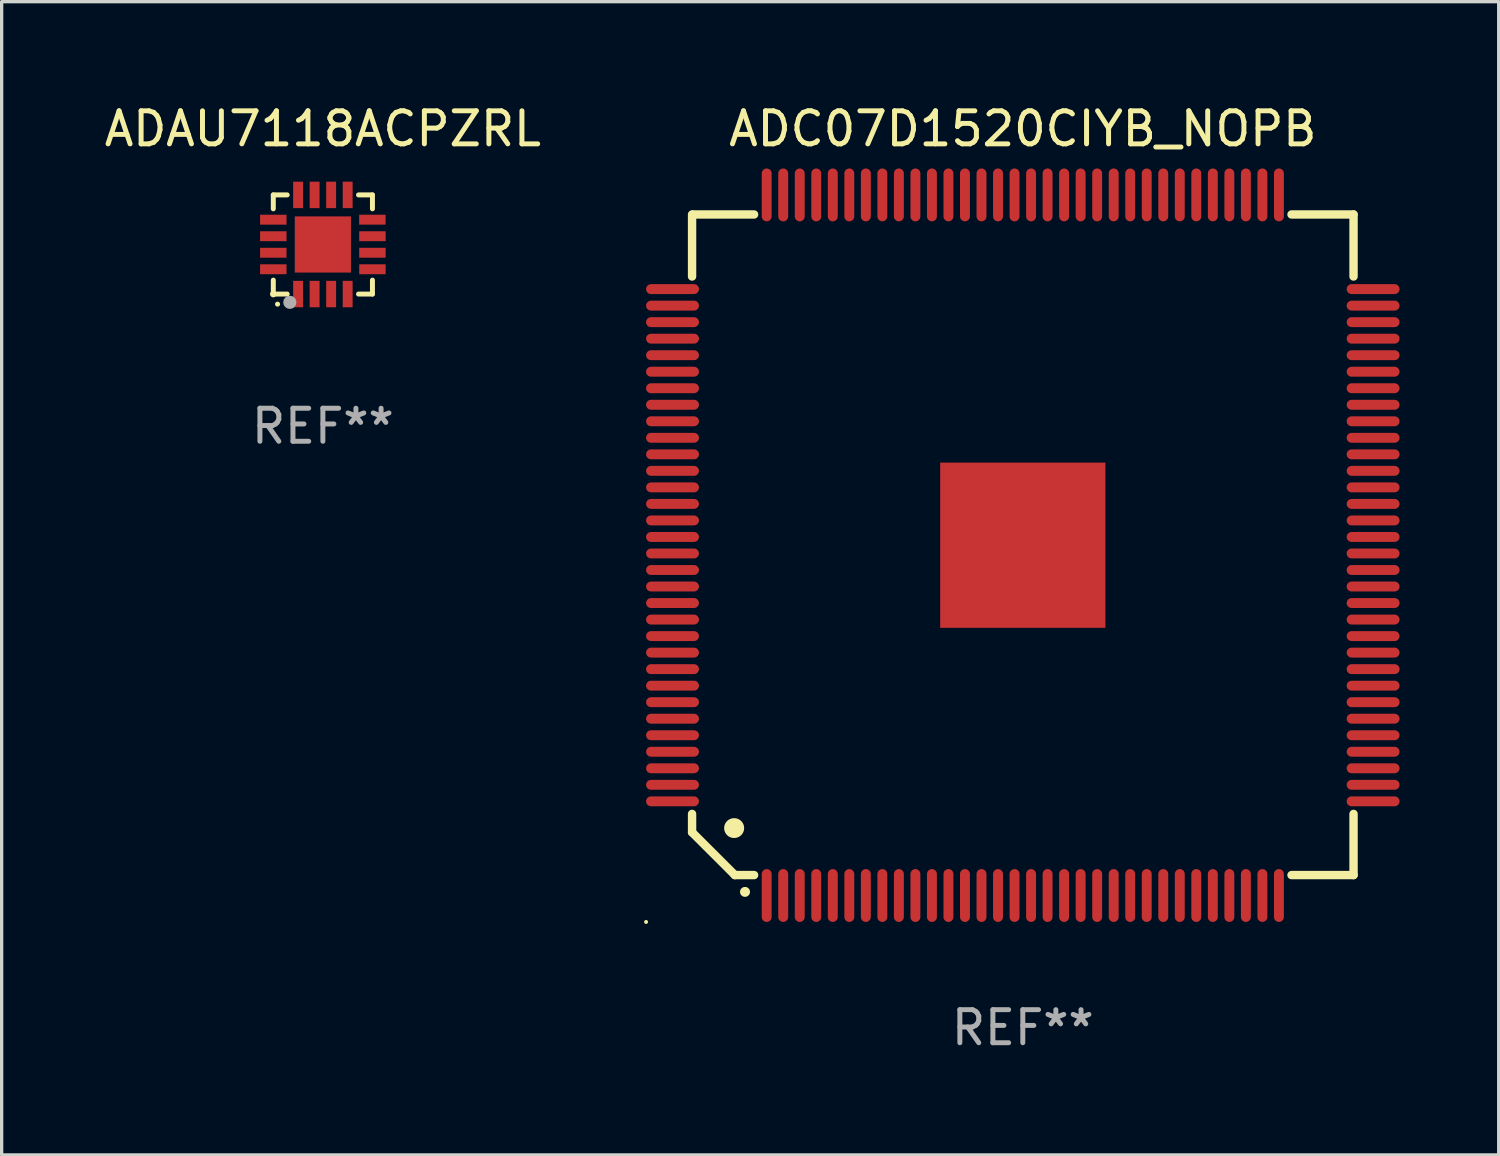
<source format=kicad_pcb>
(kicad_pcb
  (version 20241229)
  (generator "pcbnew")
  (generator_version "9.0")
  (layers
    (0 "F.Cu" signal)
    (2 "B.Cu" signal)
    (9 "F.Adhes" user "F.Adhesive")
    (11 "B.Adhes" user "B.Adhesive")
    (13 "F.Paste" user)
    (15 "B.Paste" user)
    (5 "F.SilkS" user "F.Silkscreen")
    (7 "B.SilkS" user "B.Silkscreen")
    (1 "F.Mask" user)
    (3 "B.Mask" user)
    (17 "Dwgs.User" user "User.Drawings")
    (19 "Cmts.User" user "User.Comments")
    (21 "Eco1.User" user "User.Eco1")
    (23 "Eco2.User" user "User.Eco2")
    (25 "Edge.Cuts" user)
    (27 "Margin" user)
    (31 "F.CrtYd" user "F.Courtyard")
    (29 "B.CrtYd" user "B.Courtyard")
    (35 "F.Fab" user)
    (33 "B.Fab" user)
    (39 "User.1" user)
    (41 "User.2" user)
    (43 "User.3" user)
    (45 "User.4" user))
  (footprint "ADAU7118ACPZRL"
    (layer "F.Cu")
    (at 6.72 4.348)
    (property "Reference" "ADAU7118ACPZRL" (at 0 -3.5 0) (layer "F.SilkS") (effects (font (size 1 1) (thickness 0.15))))
    (attr through_hole)
    (fp_line (start -1.5 -1.5) (end -1.079 -1.5) (stroke (width 0.15) (type solid)) (layer "F.SilkS"))
    (fp_line (start -1.5 -1.079) (end -1.5 -1.5) (stroke (width 0.15) (type solid)) (layer "F.SilkS"))
    (fp_line (start -1.5 1.5) (end -1.5 1.079) (stroke (width 0.15) (type solid)) (layer "F.SilkS"))
    (fp_line (start -1.5 1.5) (end -1.079 1.5) (stroke (width 0.15) (type solid)) (layer "F.SilkS"))
    (fp_line (start 1.079 -1.5) (end 1.5 -1.5) (stroke (width 0.15) (type solid)) (layer "F.SilkS"))
    (fp_line (start 1.079 1.5) (end 1.5 1.5) (stroke (width 0.15) (type solid)) (layer "F.SilkS"))
    (fp_line (start 1.5 -1.08) (end 1.5 -1.5) (stroke (width 0.15) (type solid)) (layer "F.SilkS"))
    (fp_line (start 1.5 1.5) (end 1.5 1.079) (stroke (width 0.15) (type solid)) (layer "F.SilkS"))
    (fp_arc (start -1.372885 1.805398) (mid -1.371615 1.805392) (end -1.370345 1.805398) (stroke (width 0.150114) (type solid)) (layer "F.SilkS"))
    (fp_circle (center -1.5 1.5) (end -1.45 1.5) (stroke (width 0.1) (type solid)) (fill no) (layer "F.SilkS"))
    (fp_circle (center -1 1.75) (end -0.9 1.75) (stroke (width 0.2) (type solid)) (fill no) (layer "F.Fab"))
    (fp_text user "REF**" (at 0 5.5 0) (layer "F.Fab") (effects (font (size 1 1) (thickness 0.15))))
    (pad "1" smd rect (at -0.75 1.5 180) (size 0.3 0.8) (layers "F.Cu" "F.Mask" "F.Paste"))
    (pad "2" smd rect (at -0.25 1.5 180) (size 0.3 0.8) (layers "F.Cu" "F.Mask" "F.Paste"))
    (pad "3" smd rect (at 0.25 1.5 180) (size 0.3 0.8) (layers "F.Cu" "F.Mask" "F.Paste"))
    (pad "4" smd rect (at 0.75 1.5 180) (size 0.3 0.8) (layers "F.Cu" "F.Mask" "F.Paste"))
    (pad "5" smd rect (at 1.5 0.75 90) (size 0.3 0.8) (layers "F.Cu" "F.Mask" "F.Paste"))
    (pad "6" smd rect (at 1.5 0.25 90) (size 0.3 0.8) (layers "F.Cu" "F.Mask" "F.Paste"))
    (pad "7" smd rect (at 1.5 -0.25 90) (size 0.3 0.8) (layers "F.Cu" "F.Mask" "F.Paste"))
    (pad "8" smd rect (at 1.498 -0.751 90) (size 0.3 0.8) (layers "F.Cu" "F.Mask" "F.Paste"))
    (pad "9" smd rect (at 0.75 -1.5 180) (size 0.3 0.8) (layers "F.Cu" "F.Mask" "F.Paste"))
    (pad "10" smd rect (at 0.25 -1.5 180) (size 0.3 0.8) (layers "F.Cu" "F.Mask" "F.Paste"))
    (pad "11" smd rect (at -0.25 -1.5 180) (size 0.3 0.8) (layers "F.Cu" "F.Mask" "F.Paste"))
    (pad "12" smd rect (at -0.75 -1.5 180) (size 0.3 0.8) (layers "F.Cu" "F.Mask" "F.Paste"))
    (pad "13" smd rect (at -1.5 -0.75 90) (size 0.3 0.8) (layers "F.Cu" "F.Mask" "F.Paste"))
    (pad "14" smd rect (at -1.5 -0.25 90) (size 0.3 0.8) (layers "F.Cu" "F.Mask" "F.Paste"))
    (pad "15" smd rect (at -1.5 0.25 90) (size 0.3 0.8) (layers "F.Cu" "F.Mask" "F.Paste"))
    (pad "16" smd rect (at -1.5 0.75 90) (size 0.3 0.8) (layers "F.Cu" "F.Mask" "F.Paste"))
    (pad "17" smd rect (at -0.000114 0.00014 180) (size 1.7 1.7) (layers "F.Cu" "F.Mask" "F.Paste")))
  (footprint "ADC07D1520CIYB_NOPB"
    (layer "F.Cu")
    (at 27.9 13.448)
    (property "Reference" "ADC07D1520CIYB_NOPB" (at 0 -12.6 0) (layer "F.SilkS") (effects (font (size 1 1) (thickness 0.15))))
    (attr through_hole)
    (fp_line (start -10.008 -10.008) (end -10.008 -8.131) (stroke (width 0.254) (type solid)) (layer "F.SilkS"))
    (fp_line (start -10.008 8.131) (end -10.008 8.687) (stroke (width 0.254) (type solid)) (layer "F.SilkS"))
    (fp_line (start -10.008 8.687) (end -8.712 9.982) (stroke (width 0.254) (type solid)) (layer "F.SilkS"))
    (fp_line (start -8.712 9.982) (end -8.131 9.982) (stroke (width 0.254) (type solid)) (layer "F.SilkS"))
    (fp_line (start -8.131 -10.008) (end -9.982 -10.008) (stroke (width 0.254) (type solid)) (layer "F.SilkS"))
    (fp_line (start 8.131 9.982) (end 10.008 9.982) (stroke (width 0.254) (type solid)) (layer "F.SilkS"))
    (fp_line (start 10.008 -10.008) (end 8.131 -10.008) (stroke (width 0.254) (type solid)) (layer "F.SilkS"))
    (fp_line (start 10.008 -8.131) (end 10.008 -10.008) (stroke (width 0.254) (type solid)) (layer "F.SilkS"))
    (fp_line (start 10.008 9.982) (end 10.008 8.131) (stroke (width 0.254) (type solid)) (layer "F.SilkS"))
    (fp_arc (start -8.737617 8.559817) (mid -8.735077 8.559806) (end -8.732537 8.559817) (stroke (width 0.6) (type solid)) (layer "F.SilkS"))
    (fp_arc (start -8.407417 10.490221) (mid -8.406147 10.490216) (end -8.404877 10.490221) (stroke (width 0.3) (type solid)) (layer "F.SilkS"))
    (fp_circle (center -11.4 11.4) (end -11.37 11.4) (stroke (width 0.06) (type solid)) (fill no) (layer "F.SilkS"))
    (fp_text user "REF**" (at 0 14.6 0) (layer "F.Fab") (effects (font (size 1 1) (thickness 0.15))))
    (pad "1" smd oval (at -7.75 10.6) (size 0.3 1.6) (layers "F.Cu" "F.Mask" "F.Paste"))
    (pad "2" smd oval (at -7.25 10.6) (size 0.3 1.6) (layers "F.Cu" "F.Mask" "F.Paste"))
    (pad "3" smd oval (at -6.75 10.6) (size 0.3 1.6) (layers "F.Cu" "F.Mask" "F.Paste"))
    (pad "4" smd oval (at -6.25 10.6) (size 0.3 1.6) (layers "F.Cu" "F.Mask" "F.Paste"))
    (pad "5" smd oval (at -5.75 10.6) (size 0.3 1.6) (layers "F.Cu" "F.Mask" "F.Paste"))
    (pad "6" smd oval (at -5.25 10.6) (size 0.3 1.6) (layers "F.Cu" "F.Mask" "F.Paste"))
    (pad "7" smd oval (at -4.75 10.6) (size 0.3 1.6) (layers "F.Cu" "F.Mask" "F.Paste"))
    (pad "8" smd oval (at -4.25 10.6) (size 0.3 1.6) (layers "F.Cu" "F.Mask" "F.Paste"))
    (pad "9" smd oval (at -3.75 10.6) (size 0.3 1.6) (layers "F.Cu" "F.Mask" "F.Paste"))
    (pad "10" smd oval (at -3.25 10.6) (size 0.3 1.6) (layers "F.Cu" "F.Mask" "F.Paste"))
    (pad "11" smd oval (at -2.75 10.6) (size 0.3 1.6) (layers "F.Cu" "F.Mask" "F.Paste"))
    (pad "12" smd oval (at -2.25 10.6) (size 0.3 1.6) (layers "F.Cu" "F.Mask" "F.Paste"))
    (pad "13" smd oval (at -1.75 10.6) (size 0.3 1.6) (layers "F.Cu" "F.Mask" "F.Paste"))
    (pad "14" smd oval (at -1.25 10.6) (size 0.3 1.6) (layers "F.Cu" "F.Mask" "F.Paste"))
    (pad "15" smd oval (at -0.75 10.6) (size 0.3 1.6) (layers "F.Cu" "F.Mask" "F.Paste"))
    (pad "16" smd oval (at -0.25 10.6) (size 0.3 1.6) (layers "F.Cu" "F.Mask" "F.Paste"))
    (pad "17" smd oval (at 0.25 10.6) (size 0.3 1.6) (layers "F.Cu" "F.Mask" "F.Paste"))
    (pad "18" smd oval (at 0.75 10.6) (size 0.3 1.6) (layers "F.Cu" "F.Mask" "F.Paste"))
    (pad "19" smd oval (at 1.25 10.6) (size 0.3 1.6) (layers "F.Cu" "F.Mask" "F.Paste"))
    (pad "20" smd oval (at 1.75 10.6) (size 0.3 1.6) (layers "F.Cu" "F.Mask" "F.Paste"))
    (pad "21" smd oval (at 2.25 10.6) (size 0.3 1.6) (layers "F.Cu" "F.Mask" "F.Paste"))
    (pad "22" smd oval (at 2.75 10.6) (size 0.3 1.6) (layers "F.Cu" "F.Mask" "F.Paste"))
    (pad "23" smd oval (at 3.25 10.6) (size 0.3 1.6) (layers "F.Cu" "F.Mask" "F.Paste"))
    (pad "24" smd oval (at 3.75 10.6) (size 0.3 1.6) (layers "F.Cu" "F.Mask" "F.Paste"))
    (pad "25" smd oval (at 4.25 10.6) (size 0.3 1.6) (layers "F.Cu" "F.Mask" "F.Paste"))
    (pad "26" smd oval (at 4.75 10.6) (size 0.3 1.6) (layers "F.Cu" "F.Mask" "F.Paste"))
    (pad "27" smd oval (at 5.25 10.6) (size 0.3 1.6) (layers "F.Cu" "F.Mask" "F.Paste"))
    (pad "28" smd oval (at 5.75 10.6) (size 0.3 1.6) (layers "F.Cu" "F.Mask" "F.Paste"))
    (pad "29" smd oval (at 6.25 10.6) (size 0.3 1.6) (layers "F.Cu" "F.Mask" "F.Paste"))
    (pad "30" smd oval (at 6.75 10.6) (size 0.3 1.6) (layers "F.Cu" "F.Mask" "F.Paste"))
    (pad "31" smd oval (at 7.25 10.6) (size 0.3 1.6) (layers "F.Cu" "F.Mask" "F.Paste"))
    (pad "32" smd oval (at 7.75 10.6) (size 0.3 1.6) (layers "F.Cu" "F.Mask" "F.Paste"))
    (pad "33" smd oval (at 10.6 7.75 270) (size 0.3 1.6) (layers "F.Cu" "F.Mask" "F.Paste"))
    (pad "34" smd oval (at 10.6 7.25 270) (size 0.3 1.6) (layers "F.Cu" "F.Mask" "F.Paste"))
    (pad "35" smd oval (at 10.6 6.75 270) (size 0.3 1.6) (layers "F.Cu" "F.Mask" "F.Paste"))
    (pad "36" smd oval (at 10.6 6.25 270) (size 0.3 1.6) (layers "F.Cu" "F.Mask" "F.Paste"))
    (pad "37" smd oval (at 10.6 5.75 270) (size 0.3 1.6) (layers "F.Cu" "F.Mask" "F.Paste"))
    (pad "38" smd oval (at 10.6 5.25 270) (size 0.3 1.6) (layers "F.Cu" "F.Mask" "F.Paste"))
    (pad "39" smd oval (at 10.6 4.75 270) (size 0.3 1.6) (layers "F.Cu" "F.Mask" "F.Paste"))
    (pad "40" smd oval (at 10.6 4.25 270) (size 0.3 1.6) (layers "F.Cu" "F.Mask" "F.Paste"))
    (pad "41" smd oval (at 10.6 3.75 270) (size 0.3 1.6) (layers "F.Cu" "F.Mask" "F.Paste"))
    (pad "42" smd oval (at 10.6 3.25 270) (size 0.3 1.6) (layers "F.Cu" "F.Mask" "F.Paste"))
    (pad "43" smd oval (at 10.6 2.75 270) (size 0.3 1.6) (layers "F.Cu" "F.Mask" "F.Paste"))
    (pad "44" smd oval (at 10.6 2.25 270) (size 0.3 1.6) (layers "F.Cu" "F.Mask" "F.Paste"))
    (pad "45" smd oval (at 10.6 1.75 270) (size 0.3 1.6) (layers "F.Cu" "F.Mask" "F.Paste"))
    (pad "46" smd oval (at 10.6 1.25 270) (size 0.3 1.6) (layers "F.Cu" "F.Mask" "F.Paste"))
    (pad "47" smd oval (at 10.6 0.75 270) (size 0.3 1.6) (layers "F.Cu" "F.Mask" "F.Paste"))
    (pad "48" smd oval (at 10.6 0.25 270) (size 0.3 1.6) (layers "F.Cu" "F.Mask" "F.Paste"))
    (pad "49" smd oval (at 10.6 -0.25 270) (size 0.3 1.6) (layers "F.Cu" "F.Mask" "F.Paste"))
    (pad "50" smd oval (at 10.6 -0.75 270) (size 0.3 1.6) (layers "F.Cu" "F.Mask" "F.Paste"))
    (pad "51" smd oval (at 10.6 -1.25 270) (size 0.3 1.6) (layers "F.Cu" "F.Mask" "F.Paste"))
    (pad "52" smd oval (at 10.6 -1.75 270) (size 0.3 1.6) (layers "F.Cu" "F.Mask" "F.Paste"))
    (pad "53" smd oval (at 10.6 -2.25 270) (size 0.3 1.6) (layers "F.Cu" "F.Mask" "F.Paste"))
    (pad "54" smd oval (at 10.6 -2.75 270) (size 0.3 1.6) (layers "F.Cu" "F.Mask" "F.Paste"))
    (pad "55" smd oval (at 10.6 -3.25 270) (size 0.3 1.6) (layers "F.Cu" "F.Mask" "F.Paste"))
    (pad "56" smd oval (at 10.6 -3.75 270) (size 0.3 1.6) (layers "F.Cu" "F.Mask" "F.Paste"))
    (pad "57" smd oval (at 10.6 -4.25 270) (size 0.3 1.6) (layers "F.Cu" "F.Mask" "F.Paste"))
    (pad "58" smd oval (at 10.6 -4.75 270) (size 0.3 1.6) (layers "F.Cu" "F.Mask" "F.Paste"))
    (pad "59" smd oval (at 10.6 -5.25 270) (size 0.3 1.6) (layers "F.Cu" "F.Mask" "F.Paste"))
    (pad "60" smd oval (at 10.6 -5.75 270) (size 0.3 1.6) (layers "F.Cu" "F.Mask" "F.Paste"))
    (pad "61" smd oval (at 10.6 -6.25 270) (size 0.3 1.6) (layers "F.Cu" "F.Mask" "F.Paste"))
    (pad "62" smd oval (at 10.6 -6.75 270) (size 0.3 1.6) (layers "F.Cu" "F.Mask" "F.Paste"))
    (pad "63" smd oval (at 10.6 -7.25 270) (size 0.3 1.6) (layers "F.Cu" "F.Mask" "F.Paste"))
    (pad "64" smd oval (at 10.6 -7.75 270) (size 0.3 1.6) (layers "F.Cu" "F.Mask" "F.Paste"))
    (pad "65" smd oval (at 7.75 -10.6) (size 0.3 1.6) (layers "F.Cu" "F.Mask" "F.Paste"))
    (pad "66" smd oval (at 7.25 -10.6) (size 0.3 1.6) (layers "F.Cu" "F.Mask" "F.Paste"))
    (pad "67" smd oval (at 6.75 -10.6) (size 0.3 1.6) (layers "F.Cu" "F.Mask" "F.Paste"))
    (pad "68" smd oval (at 6.25 -10.6) (size 0.3 1.6) (layers "F.Cu" "F.Mask" "F.Paste"))
    (pad "69" smd oval (at 5.75 -10.6) (size 0.3 1.6) (layers "F.Cu" "F.Mask" "F.Paste"))
    (pad "70" smd oval (at 5.25 -10.6) (size 0.3 1.6) (layers "F.Cu" "F.Mask" "F.Paste"))
    (pad "71" smd oval (at 4.75 -10.6) (size 0.3 1.6) (layers "F.Cu" "F.Mask" "F.Paste"))
    (pad "72" smd oval (at 4.25 -10.6) (size 0.3 1.6) (layers "F.Cu" "F.Mask" "F.Paste"))
    (pad "73" smd oval (at 3.75 -10.6) (size 0.3 1.6) (layers "F.Cu" "F.Mask" "F.Paste"))
    (pad "74" smd oval (at 3.25 -10.6) (size 0.3 1.6) (layers "F.Cu" "F.Mask" "F.Paste"))
    (pad "75" smd oval (at 2.75 -10.6) (size 0.3 1.6) (layers "F.Cu" "F.Mask" "F.Paste"))
    (pad "76" smd oval (at 2.25 -10.6) (size 0.3 1.6) (layers "F.Cu" "F.Mask" "F.Paste"))
    (pad "77" smd oval (at 1.75 -10.6) (size 0.3 1.6) (layers "F.Cu" "F.Mask" "F.Paste"))
    (pad "78" smd oval (at 1.25 -10.6) (size 0.3 1.6) (layers "F.Cu" "F.Mask" "F.Paste"))
    (pad "79" smd oval (at 0.75 -10.6) (size 0.3 1.6) (layers "F.Cu" "F.Mask" "F.Paste"))
    (pad "80" smd oval (at 0.25 -10.6) (size 0.3 1.6) (layers "F.Cu" "F.Mask" "F.Paste"))
    (pad "81" smd oval (at -0.25 -10.6) (size 0.3 1.6) (layers "F.Cu" "F.Mask" "F.Paste"))
    (pad "82" smd oval (at -0.75 -10.6) (size 0.3 1.6) (layers "F.Cu" "F.Mask" "F.Paste"))
    (pad "83" smd oval (at -1.25 -10.6) (size 0.3 1.6) (layers "F.Cu" "F.Mask" "F.Paste"))
    (pad "84" smd oval (at -1.75 -10.6) (size 0.3 1.6) (layers "F.Cu" "F.Mask" "F.Paste"))
    (pad "85" smd oval (at -2.25 -10.6) (size 0.3 1.6) (layers "F.Cu" "F.Mask" "F.Paste"))
    (pad "86" smd oval (at -2.75 -10.6) (size 0.3 1.6) (layers "F.Cu" "F.Mask" "F.Paste"))
    (pad "87" smd oval (at -3.25 -10.6) (size 0.3 1.6) (layers "F.Cu" "F.Mask" "F.Paste"))
    (pad "88" smd oval (at -3.75 -10.6) (size 0.3 1.6) (layers "F.Cu" "F.Mask" "F.Paste"))
    (pad "89" smd oval (at -4.25 -10.6) (size 0.3 1.6) (layers "F.Cu" "F.Mask" "F.Paste"))
    (pad "90" smd oval (at -4.75 -10.6) (size 0.3 1.6) (layers "F.Cu" "F.Mask" "F.Paste"))
    (pad "91" smd oval (at -5.25 -10.6) (size 0.3 1.6) (layers "F.Cu" "F.Mask" "F.Paste"))
    (pad "92" smd oval (at -5.75 -10.6) (size 0.3 1.6) (layers "F.Cu" "F.Mask" "F.Paste"))
    (pad "93" smd oval (at -6.25 -10.6) (size 0.3 1.6) (layers "F.Cu" "F.Mask" "F.Paste"))
    (pad "94" smd oval (at -6.75 -10.6) (size 0.3 1.6) (layers "F.Cu" "F.Mask" "F.Paste"))
    (pad "95" smd oval (at -7.25 -10.6) (size 0.3 1.6) (layers "F.Cu" "F.Mask" "F.Paste"))
    (pad "96" smd oval (at -7.75 -10.6) (size 0.3 1.6) (layers "F.Cu" "F.Mask" "F.Paste"))
    (pad "97" smd oval (at -10.6 -7.75 270) (size 0.3 1.6) (layers "F.Cu" "F.Mask" "F.Paste"))
    (pad "98" smd oval (at -10.6 -7.25 270) (size 0.3 1.6) (layers "F.Cu" "F.Mask" "F.Paste"))
    (pad "99" smd oval (at -10.6 -6.75 270) (size 0.3 1.6) (layers "F.Cu" "F.Mask" "F.Paste"))
    (pad "100" smd oval (at -10.6 -6.25 270) (size 0.3 1.6) (layers "F.Cu" "F.Mask" "F.Paste"))
    (pad "101" smd oval (at -10.6 -5.75 270) (size 0.3 1.6) (layers "F.Cu" "F.Mask" "F.Paste"))
    (pad "102" smd oval (at -10.6 -5.25 270) (size 0.3 1.6) (layers "F.Cu" "F.Mask" "F.Paste"))
    (pad "103" smd oval (at -10.6 -4.75 270) (size 0.3 1.6) (layers "F.Cu" "F.Mask" "F.Paste"))
    (pad "104" smd oval (at -10.6 -4.25 270) (size 0.3 1.6) (layers "F.Cu" "F.Mask" "F.Paste"))
    (pad "105" smd oval (at -10.6 -3.75 270) (size 0.3 1.6) (layers "F.Cu" "F.Mask" "F.Paste"))
    (pad "106" smd oval (at -10.6 -3.25 270) (size 0.3 1.6) (layers "F.Cu" "F.Mask" "F.Paste"))
    (pad "107" smd oval (at -10.6 -2.75 270) (size 0.3 1.6) (layers "F.Cu" "F.Mask" "F.Paste"))
    (pad "108" smd oval (at -10.6 -2.25 270) (size 0.3 1.6) (layers "F.Cu" "F.Mask" "F.Paste"))
    (pad "109" smd oval (at -10.6 -1.75 270) (size 0.3 1.6) (layers "F.Cu" "F.Mask" "F.Paste"))
    (pad "110" smd oval (at -10.6 -1.25 270) (size 0.3 1.6) (layers "F.Cu" "F.Mask" "F.Paste"))
    (pad "111" smd oval (at -10.6 -0.75 270) (size 0.3 1.6) (layers "F.Cu" "F.Mask" "F.Paste"))
    (pad "112" smd oval (at -10.6 -0.25 270) (size 0.3 1.6) (layers "F.Cu" "F.Mask" "F.Paste"))
    (pad "113" smd oval (at -10.6 0.25 270) (size 0.3 1.6) (layers "F.Cu" "F.Mask" "F.Paste"))
    (pad "114" smd oval (at -10.6 0.75 270) (size 0.3 1.6) (layers "F.Cu" "F.Mask" "F.Paste"))
    (pad "115" smd oval (at -10.6 1.25 270) (size 0.3 1.6) (layers "F.Cu" "F.Mask" "F.Paste"))
    (pad "116" smd oval (at -10.6 1.75 270) (size 0.3 1.6) (layers "F.Cu" "F.Mask" "F.Paste"))
    (pad "117" smd oval (at -10.6 2.25 270) (size 0.3 1.6) (layers "F.Cu" "F.Mask" "F.Paste"))
    (pad "118" smd oval (at -10.6 2.75 270) (size 0.3 1.6) (layers "F.Cu" "F.Mask" "F.Paste"))
    (pad "119" smd oval (at -10.6 3.25 270) (size 0.3 1.6) (layers "F.Cu" "F.Mask" "F.Paste"))
    (pad "120" smd oval (at -10.6 3.75 270) (size 0.3 1.6) (layers "F.Cu" "F.Mask" "F.Paste"))
    (pad "121" smd oval (at -10.6 4.25 270) (size 0.3 1.6) (layers "F.Cu" "F.Mask" "F.Paste"))
    (pad "122" smd oval (at -10.6 4.75 270) (size 0.3 1.6) (layers "F.Cu" "F.Mask" "F.Paste"))
    (pad "123" smd oval (at -10.6 5.25 270) (size 0.3 1.6) (layers "F.Cu" "F.Mask" "F.Paste"))
    (pad "124" smd oval (at -10.6 5.75 270) (size 0.3 1.6) (layers "F.Cu" "F.Mask" "F.Paste"))
    (pad "125" smd oval (at -10.6 6.25 270) (size 0.3 1.6) (layers "F.Cu" "F.Mask" "F.Paste"))
    (pad "126" smd oval (at -10.6 6.75 270) (size 0.3 1.6) (layers "F.Cu" "F.Mask" "F.Paste"))
    (pad "127" smd oval (at -10.6 7.25 270) (size 0.3 1.6) (layers "F.Cu" "F.Mask" "F.Paste"))
    (pad "128" smd oval (at -10.6 7.75 270) (size 0.3 1.6) (layers "F.Cu" "F.Mask" "F.Paste"))
    (pad "129" smd rect (at 0 0) (size 5 5) (layers "F.Cu" "F.Mask" "F.Paste")))
  (gr_rect
    (start -3 -3)
    (end 42.3 31.897)
    (stroke (width 0.1) (type default))
    (fill no)
    (layer "Edge.Cuts")))
</source>
